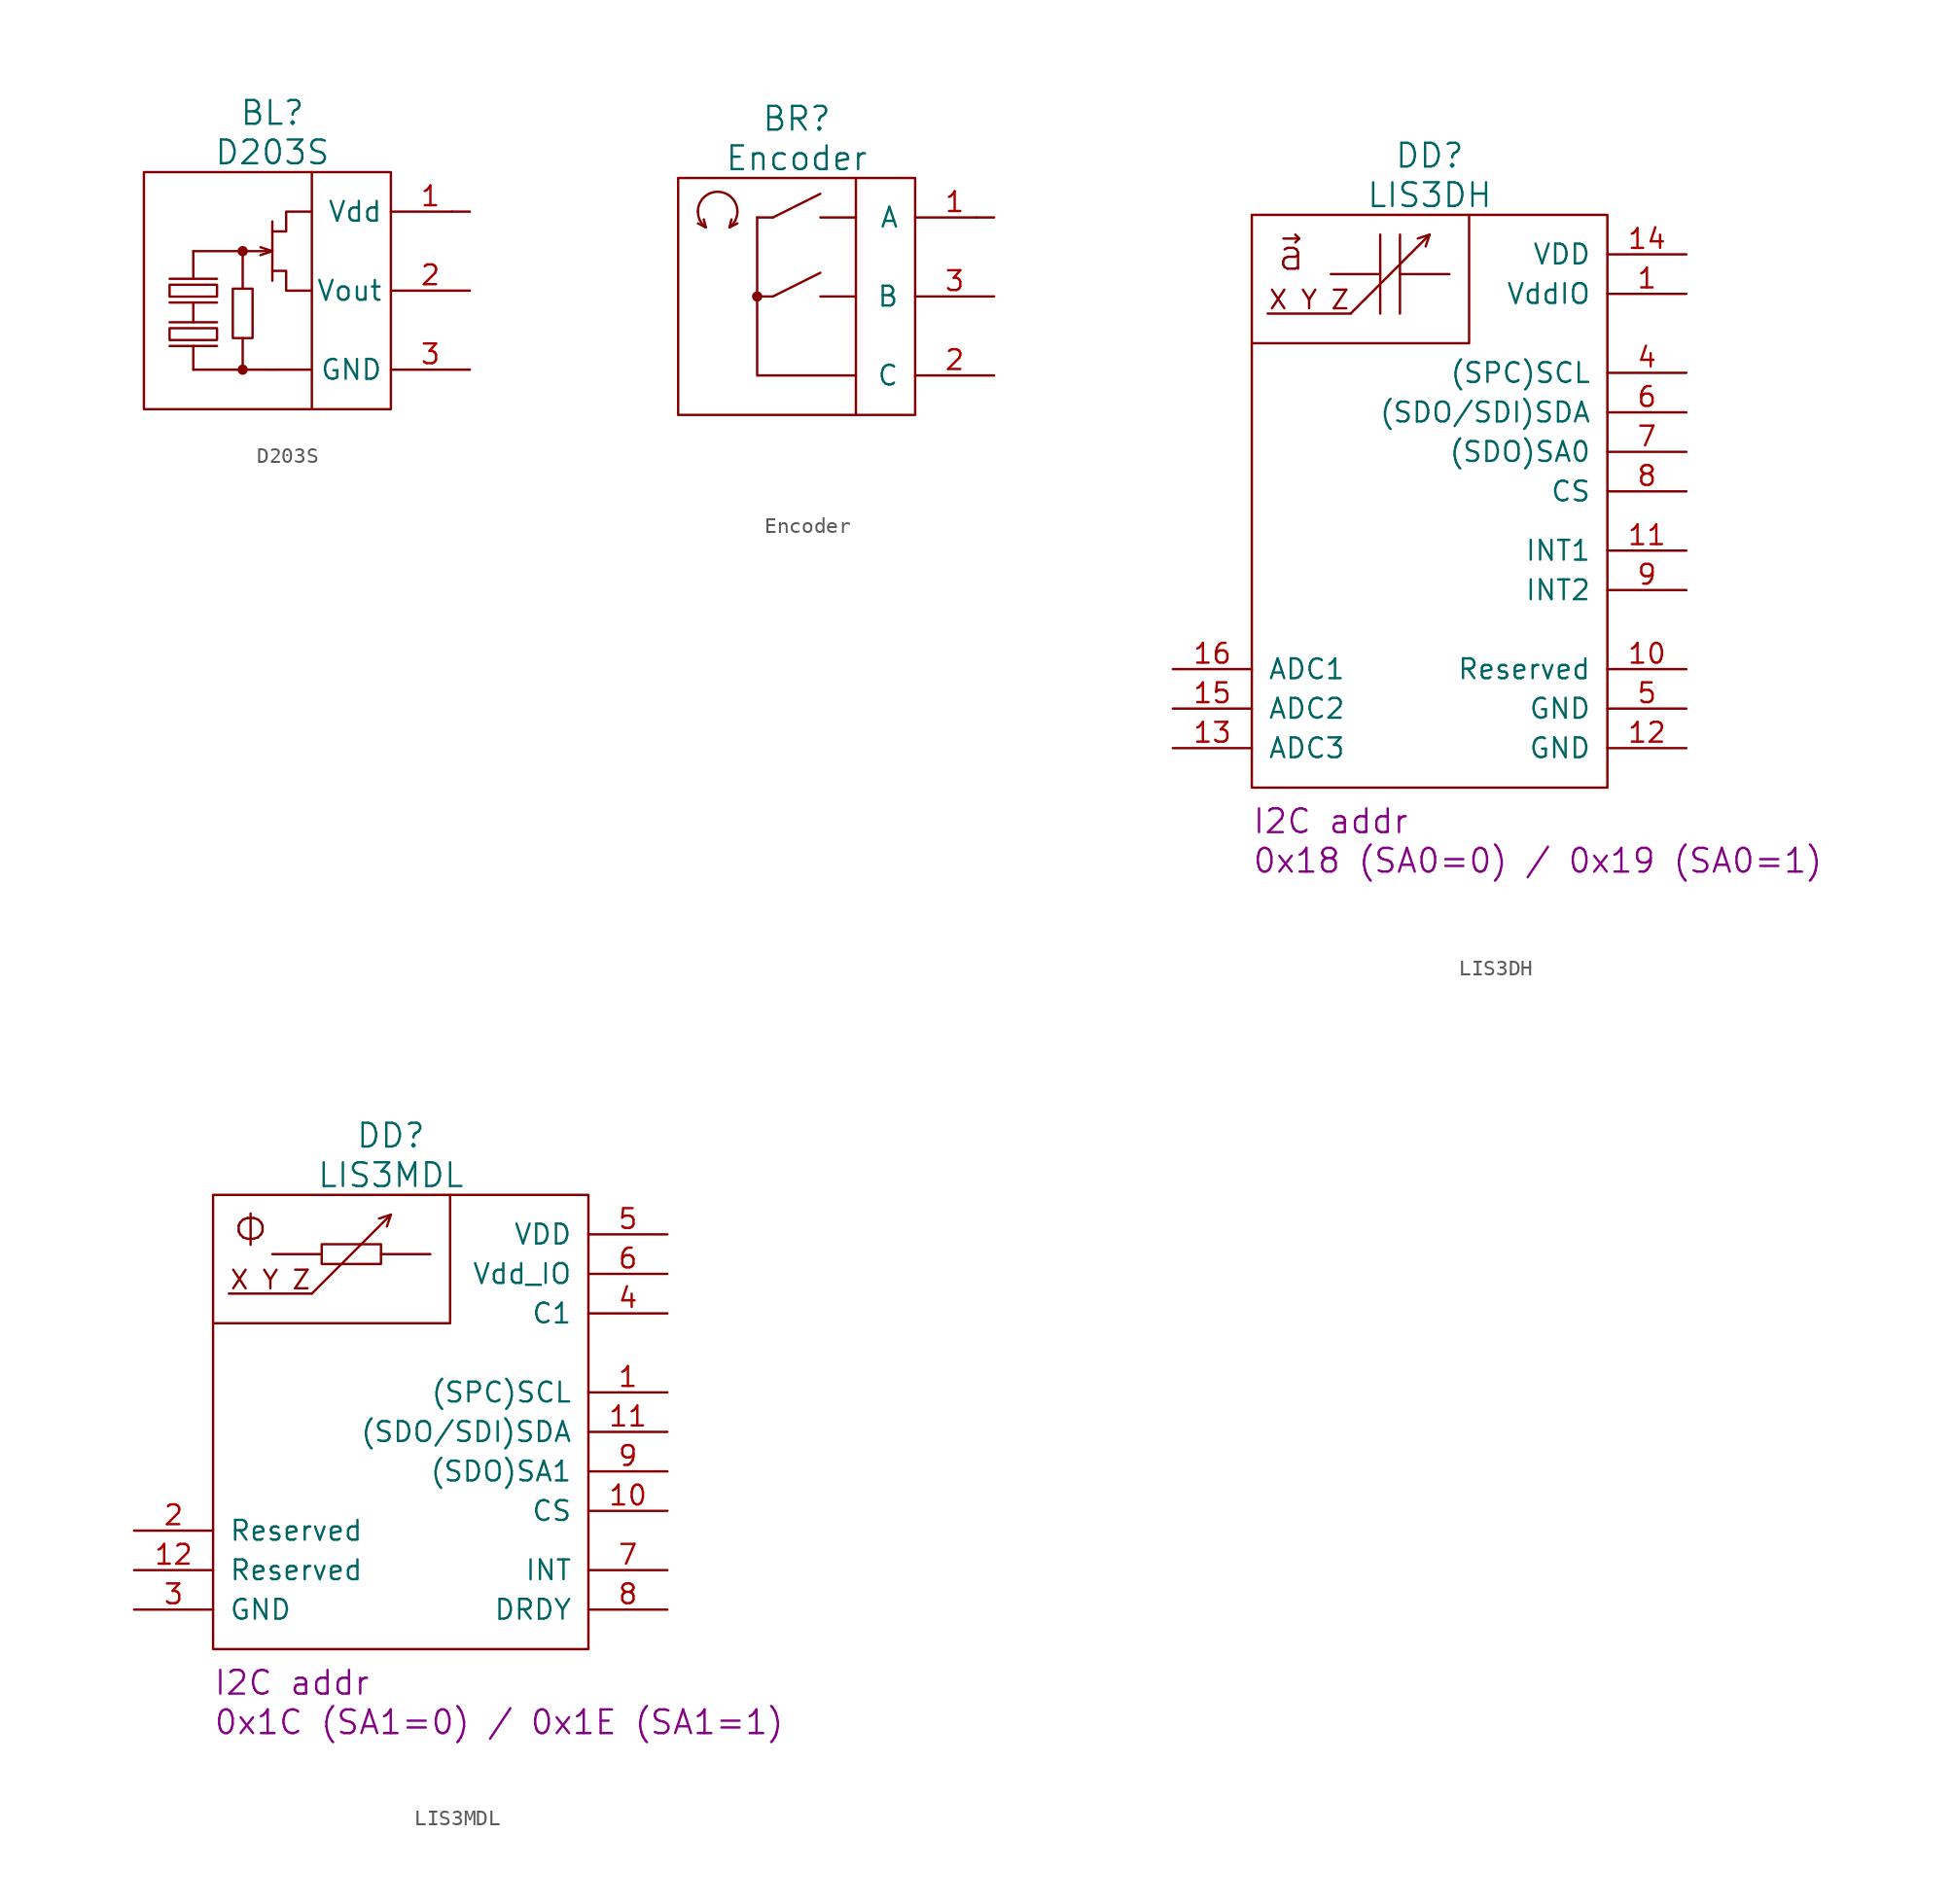
<source format=kicad_sym>
(kicad_symbol_lib
  (version 20220914)
  (generator kicad_symbol_editor)
  (symbol "D203S"
    (property "Reference" "BL"
      (at 0 11.43 0)
      (effects (font (size 1.524 1.524))))
    (property "Value" "D203S"
      (at 0 8.89 0)
      (effects (font (size 1.524 1.524))))
    (property "Datasheet" ""
      (at -10.795 5.08 0)
      (effects (font (size 1.524 1.524))))
    (symbol "D203S_0_0"
      (polyline (pts (xy 2.54 7.62) (xy 2.54 -7.62)) (stroke (width 0) (type solid)) (fill (type none))))
    (symbol "D203S_0_1"
      (rectangle (start -8.255 7.62) (end 7.62 -7.62) (stroke (width 0) (type solid)) (fill (type none)))
      (rectangle (start -3.556 -3.175) (end -6.604 -2.413) (stroke (width 0) (type solid)) (fill (type none)))
      (rectangle (start -3.556 0.381) (end -6.604 -0.381) (stroke (width 0) (type solid)) (fill (type none)))
      (circle (center -1.905 -5.08) (radius 0.254) (stroke (width 0) (type solid)) (fill (type outline)))
      (circle (center -1.905 2.54) (radius 0.254) (stroke (width 0) (type solid)) (fill (type outline)))
      (rectangle (start -1.27 -3.048) (end -2.54 0.127) (stroke (width 0) (type solid)) (fill (type none)))
      (polyline (pts (xy -5.08 -3.556) (xy -5.08 -5.08)) (stroke (width 0) (type solid)) (fill (type none)))
      (polyline (pts (xy -5.08 -2.032) (xy -5.08 -0.762)) (stroke (width 0) (type solid)) (fill (type none)))
      (polyline (pts (xy -5.08 2.54) (xy -5.08 0.762)) (stroke (width 0) (type solid)) (fill (type none)))
      (polyline (pts (xy -3.556 -3.556) (xy -6.604 -3.556)) (stroke (width 0) (type solid)) (fill (type none)))
      (polyline (pts (xy -3.556 -2.032) (xy -6.604 -2.032)) (stroke (width 0) (type solid)) (fill (type none)))
      (polyline (pts (xy -3.556 -0.762) (xy -6.604 -0.762)) (stroke (width 0) (type solid)) (fill (type none)))
      (polyline (pts (xy -3.556 0.762) (xy -6.604 0.762)) (stroke (width 0) (type solid)) (fill (type none)))
      (polyline (pts (xy -1.905 -3.048) (xy -1.905 -5.08)) (stroke (width 0) (type solid)) (fill (type none)))
      (polyline (pts (xy -1.905 0.127) (xy -1.905 2.54)) (stroke (width 0) (type solid)) (fill (type none)))
      (polyline (pts (xy 0 -5.08) (xy -5.08 -5.08)) (stroke (width 0) (type solid)) (fill (type none)))
      (polyline (pts (xy 0 0.635) (xy 0 4.445)) (stroke (width 0) (type solid)) (fill (type none)))
      (polyline (pts (xy 0 2.54) (xy -5.08 2.54)) (stroke (width 0) (type solid)) (fill (type none)))
      (polyline (pts (xy 2.54 -5.08) (xy 0 -5.08)) (stroke (width 0) (type solid)) (fill (type none)))
      (polyline (pts (xy 11.557 5.08) (xy 11.557 5.08)) (stroke (width 0) (type solid)) (fill (type none)))
      (polyline (pts (xy -0.762 2.286) (xy 0 2.54) (xy -0.762 2.794)) (stroke (width 0) (type solid)) (fill (type none)))
      (polyline (pts (xy 0 1.27) (xy 0.889 1.27) (xy 0.889 0) (xy 2.54 0)) (stroke (width 0) (type solid)) (fill (type none)))
      (polyline (pts (xy 0 3.81) (xy 0.889 3.81) (xy 0.889 5.08) (xy 2.54 5.08)) (stroke (width 0) (type solid)) (fill (type none))))
    (symbol "D203S_1_1"
      (pin input line (at 12.7 5.08 180) (length 5.08) (name "Vdd" (effects (font (size 1.27 1.27)))) (number "1" (effects (font (size 1.27 1.27)))))
      (pin passive line (at 12.7 0 180) (length 5.08) (name "Vout" (effects (font (size 1.27 1.27)))) (number "2" (effects (font (size 1.27 1.27)))))
      (pin power_in line (at 12.7 -5.08 180) (length 5.08) (name "GND" (effects (font (size 1.27 1.27)))) (number "3" (effects (font (size 1.27 1.27)))))))
  (symbol "Encoder"
    (pin_names
      (offset 1.016))
    (property "Reference" "BR"
      (at 0 11.43 0)
      (effects (font (size 1.524 1.524))))
    (property "Value" "Encoder"
      (at 0 8.89 0)
      (effects (font (size 1.524 1.524))))
    (property "Footprint" ""
      (at 0.635 -11.049 0)
      (effects (font (size 1.524 1.524))))
    (property "Datasheet" ""
      (at -11.43 5.08 0)
      (effects (font (size 1.524 1.524))))
    (symbol "Encoder_0_0"
      (polyline (pts (xy 3.81 7.62) (xy 3.81 -7.62)) (stroke (width 0) (type solid)) (fill (type none))))
    (symbol "Encoder_0_1"
      (rectangle (start -7.62 7.62) (end 7.62 -7.62) (stroke (width 0) (type solid)) (fill (type none)))
      (arc (start -6.35 5.461) (mid -6.2159 4.893) (end -5.842 4.445) (stroke (width 0) (type solid)) (fill (type none)))
      (arc (start -4.318 4.445) (mid -3.9441 4.893) (end -3.81 5.461) (stroke (width 0) (type solid)) (fill (type none)))
      (arc (start -3.81 5.461) (mid -5.08 6.7255) (end -6.35 5.461) (stroke (width 0) (type solid)) (fill (type none)))
      (polyline (pts (xy -5.842 4.445) (xy -6.35 4.699)) (stroke (width 0) (type solid)) (fill (type none)))
      (polyline (pts (xy -5.842 4.445) (xy -5.969 4.953)) (stroke (width 0) (type solid)) (fill (type none)))
      (polyline (pts (xy -4.318 4.445) (xy -4.191 4.953)) (stroke (width 0) (type solid)) (fill (type none)))
      (polyline (pts (xy -3.81 4.699) (xy -4.318 4.445)) (stroke (width 0) (type solid)) (fill (type none)))
      (polyline (pts (xy 11.557 5.08) (xy 11.557 5.08)) (stroke (width 0) (type solid)) (fill (type none)))
      (polyline (pts (xy -2.54 5.08) (xy -2.54 -5.08) (xy 3.81 -5.08)) (stroke (width 0) (type solid)) (fill (type none))))
    (symbol "Encoder_1_1"
      (circle (center -2.54 0) (radius 0.254) (stroke (width 0) (type solid)) (fill (type outline)))
      (polyline (pts (xy -1.524 0) (xy -2.54 0)) (stroke (width 0) (type solid)) (fill (type none)))
      (polyline (pts (xy -1.524 0) (xy 1.524 1.524)) (stroke (width 0) (type solid)) (fill (type none)))
      (polyline (pts (xy -1.524 5.08) (xy -2.54 5.08)) (stroke (width 0) (type solid)) (fill (type none)))
      (polyline (pts (xy -1.524 5.08) (xy 1.524 6.604)) (stroke (width 0) (type solid)) (fill (type none)))
      (polyline (pts (xy 1.524 0) (xy 3.81 0)) (stroke (width 0) (type solid)) (fill (type none)))
      (polyline (pts (xy 1.524 5.08) (xy 3.81 5.08)) (stroke (width 0) (type solid)) (fill (type none)))
      (pin passive line (at 12.7 5.08 180) (length 5.08) (name "A" (effects (font (size 1.27 1.27)))) (number "1" (effects (font (size 1.27 1.27)))))
      (pin passive line (at 12.7 -5.08 180) (length 5.08) (name "C" (effects (font (size 1.27 1.27)))) (number "2" (effects (font (size 1.27 1.27)))))
      (pin passive line (at 12.7 0 180) (length 5.08) (name "B" (effects (font (size 1.27 1.27)))) (number "3" (effects (font (size 1.27 1.27)))))))
  (symbol "LIS3DH"
    (pin_names
      (offset 1.016))
    (property "Reference" "DD"
      (at 0 22.86 0)
      (effects (font (size 1.524 1.524))))
    (property "Value" "LIS3DH"
      (at 0 20.32 0)
      (effects (font (size 1.524 1.524))))
    (property "Datasheet" ""
      (at 0 22.86 0)
      (effects (font (size 1.524 1.524))))
    (property "I2C" "I2C addr"
      (at -11.43 -19.05 0)
      (effects (font (size 1.524 1.524)) (justify left top)))
    (property "Addr" "0x18 (SA0=0) / 0x19 (SA0=1)"
      (at -11.43 -21.59 0)
      (effects (font (size 1.524 1.524)) (justify left top)))
    (symbol "LIS3DH_0_0"
      (polyline (pts (xy -8.382 17.526) (xy -9.398 17.526)) (stroke (width 0) (type solid)) (fill (type none)))
      (polyline (pts (xy -5.08 12.7) (xy -10.414 12.7)) (stroke (width 0) (type solid)) (fill (type none)))
      (polyline (pts (xy -8.636 17.78) (xy -8.382 17.526) (xy -8.636 17.272)) (stroke (width 0) (type solid)) (fill (type none)))
      (text "a" (at -8.89 16.51 0) (effects (font (size 2.007 2.007))))
      (text "X Y Z" (at -7.747 13.589 0) (effects (font (size 1.194 1.194)))))
    (symbol "LIS3DH_0_1"
      (rectangle (start -11.43 19.05) (end 11.43 -17.78) (stroke (width 0) (type solid)) (fill (type none)))
      (polyline (pts (xy -3.175 12.7) (xy -3.175 17.78)) (stroke (width 0) (type solid)) (fill (type none)))
      (polyline (pts (xy -3.175 15.24) (xy -6.35 15.24)) (stroke (width 0) (type solid)) (fill (type none)))
      (polyline (pts (xy -1.905 12.7) (xy -1.905 17.78)) (stroke (width 0) (type solid)) (fill (type none)))
      (polyline (pts (xy -1.905 15.24) (xy 1.27 15.24)) (stroke (width 0) (type solid)) (fill (type none)))
      (polyline (pts (xy 0 17.78) (xy -5.08 12.7)) (stroke (width 0) (type solid)) (fill (type none)))
      (polyline (pts (xy -0.762 17.526) (xy 0 17.78) (xy -0.254 17.018)) (stroke (width 0) (type solid)) (fill (type none)))
      (polyline (pts (xy 2.54 19.05) (xy 2.54 10.795) (xy -3.175 10.795) (xy -11.43 10.795)) (stroke (width 0) (type solid)) (fill (type none))))
    (symbol "LIS3DH_1_1"
      (pin passive line (at 16.51 13.97 180) (length 5.08) (name "VddIO" (effects (font (size 1.27 1.27)))) (number "1" (effects (font (size 1.27 1.27)))))
      (pin passive line (at 16.51 -10.16 180) (length 5.08) (name "Reserved" (effects (font (size 1.27 1.27)))) (number "10" (effects (font (size 1.27 1.27)))))
      (pin passive line (at 16.51 -2.54 180) (length 5.08) (name "INT1" (effects (font (size 1.27 1.27)))) (number "11" (effects (font (size 1.27 1.27)))))
      (pin power_in line (at 16.51 -15.24 180) (length 5.08) (name "GND" (effects (font (size 1.27 1.27)))) (number "12" (effects (font (size 1.27 1.27)))))
      (pin power_in line (at -16.51 -15.24 0) (length 5.08) (name "ADC3" (effects (font (size 1.27 1.27)))) (number "13" (effects (font (size 1.27 1.27)))))
      (pin power_in line (at 16.51 16.51 180) (length 5.08) (name "VDD" (effects (font (size 1.27 1.27)))) (number "14" (effects (font (size 1.27 1.27)))))
      (pin passive line (at -16.51 -12.7 0) (length 5.08) (name "ADC2" (effects (font (size 1.27 1.27)))) (number "15" (effects (font (size 1.27 1.27)))))
      (pin power_in line (at -16.51 -10.16 0) (length 5.08) (name "ADC1" (effects (font (size 1.27 1.27)))) (number "16" (effects (font (size 1.27 1.27)))))
      (pin no_connect line (at -1.27 -22.86 90) (length 5.08) hide (name "NC" (effects (font (size 1.27 1.27)))) (number "2" (effects (font (size 1.27 1.27)))))
      (pin no_connect line (at -3.81 -22.86 90) (length 5.08) hide (name "NC" (effects (font (size 1.27 1.27)))) (number "3" (effects (font (size 1.27 1.27)))))
      (pin passive line (at 16.51 8.89 180) (length 5.08) (name "(SPC)SCL" (effects (font (size 1.27 1.27)))) (number "4" (effects (font (size 1.27 1.27)))))
      (pin power_in line (at 16.51 -12.7 180) (length 5.08) (name "GND" (effects (font (size 1.27 1.27)))) (number "5" (effects (font (size 1.27 1.27)))))
      (pin passive line (at 16.51 6.35 180) (length 5.08) (name "(SDO/SDI)SDA" (effects (font (size 1.27 1.27)))) (number "6" (effects (font (size 1.27 1.27)))))
      (pin passive line (at 16.51 3.81 180) (length 5.08) (name "(SDO)SA0" (effects (font (size 1.27 1.27)))) (number "7" (effects (font (size 1.27 1.27)))))
      (pin passive line (at 16.51 1.27 180) (length 5.08) (name "CS" (effects (font (size 1.27 1.27)))) (number "8" (effects (font (size 1.27 1.27)))))
      (pin passive line (at 16.51 -5.08 180) (length 5.08) (name "INT2" (effects (font (size 1.27 1.27)))) (number "9" (effects (font (size 1.27 1.27)))))))
  (symbol "LIS3MDL"
    (pin_names
      (offset 1.016))
    (property "Reference" "DD"
      (at 0 17.78 0)
      (effects (font (size 1.524 1.524))))
    (property "Value" "LIS3MDL"
      (at 0 15.24 0)
      (effects (font (size 1.524 1.524))))
    (property "Datasheet" ""
      (at 1.27 -3.81 0)
      (effects (font (size 1.524 1.524))))
    (property "I2C" "I2C addr"
      (at -11.43 -16.51 0)
      (effects (font (size 1.524 1.524)) (justify left top)))
    (property "Addr" "0x1C (SA1=0) / 0x1E (SA1=1)"
      (at -11.43 -19.05 0)
      (effects (font (size 1.524 1.524)) (justify left top)))
    (symbol "LIS3MDL_0_0"
      (polyline (pts (xy -5.08 7.62) (xy -10.414 7.62)) (stroke (width 0) (type solid)) (fill (type none)))
      (text "X Y Z" (at -7.747 8.509 0) (effects (font (size 1.194 1.194))))
      (text "Ф" (at -9.017 11.684 0) (effects (font (size 2.007 2.007)))))
    (symbol "LIS3MDL_0_1"
      (rectangle (start -11.43 13.97) (end 12.7 -15.24) (stroke (width 0) (type solid)) (fill (type none)))
      (polyline (pts (xy -4.445 10.16) (xy -7.62 10.16)) (stroke (width 0) (type solid)) (fill (type none)))
      (polyline (pts (xy -0.635 10.16) (xy 2.54 10.16)) (stroke (width 0) (type solid)) (fill (type none)))
      (polyline (pts (xy 0 12.7) (xy -5.08 7.62)) (stroke (width 0) (type solid)) (fill (type none)))
      (polyline (pts (xy -0.762 12.446) (xy 0 12.7) (xy -0.254 11.938)) (stroke (width 0) (type solid)) (fill (type none)))
      (polyline (pts (xy 3.81 13.97) (xy 3.81 5.715) (xy -1.905 5.715) (xy -11.43 5.715)) (stroke (width 0) (type solid)) (fill (type none)))
      (polyline (pts (xy -0.635 9.525) (xy -0.635 10.795) (xy -4.445 10.795) (xy -4.445 9.525) (xy -0.635 9.525)) (stroke (width 0) (type solid)) (fill (type none))))
    (symbol "LIS3MDL_1_1"
      (pin passive line (at 17.78 1.27 180) (length 5.08) (name "(SPC)SCL" (effects (font (size 1.27 1.27)))) (number "1" (effects (font (size 1.27 1.27)))))
      (pin passive line (at 17.78 -6.35 180) (length 5.08) (name "CS" (effects (font (size 1.27 1.27)))) (number "10" (effects (font (size 1.27 1.27)))))
      (pin passive line (at 17.78 -1.27 180) (length 5.08) (name "(SDO/SDI)SDA" (effects (font (size 1.27 1.27)))) (number "11" (effects (font (size 1.27 1.27)))))
      (pin passive line (at -16.51 -10.16 0) (length 5.08) (name "Reserved" (effects (font (size 1.27 1.27)))) (number "12" (effects (font (size 1.27 1.27)))))
      (pin passive line (at -16.51 -7.62 0) (length 5.08) (name "Reserved" (effects (font (size 1.27 1.27)))) (number "2" (effects (font (size 1.27 1.27)))))
      (pin power_in line (at -16.51 -12.7 0) (length 5.08) (name "GND" (effects (font (size 1.27 1.27)))) (number "3" (effects (font (size 1.27 1.27)))))
      (pin passive line (at 17.78 6.35 180) (length 5.08) (name "C1" (effects (font (size 1.27 1.27)))) (number "4" (effects (font (size 1.27 1.27)))))
      (pin power_in line (at 17.78 11.43 180) (length 5.08) (name "VDD" (effects (font (size 1.27 1.27)))) (number "5" (effects (font (size 1.27 1.27)))))
      (pin power_in line (at 17.78 8.89 180) (length 5.08) (name "Vdd_IO" (effects (font (size 1.27 1.27)))) (number "6" (effects (font (size 1.27 1.27)))))
      (pin passive line (at 17.78 -10.16 180) (length 5.08) (name "INT" (effects (font (size 1.27 1.27)))) (number "7" (effects (font (size 1.27 1.27)))))
      (pin passive line (at 17.78 -12.7 180) (length 5.08) (name "DRDY" (effects (font (size 1.27 1.27)))) (number "8" (effects (font (size 1.27 1.27)))))
      (pin passive line (at 17.78 -3.81 180) (length 5.08) (name "(SDO)SA1" (effects (font (size 1.27 1.27)))) (number "9" (effects (font (size 1.27 1.27))))))))
</source>
